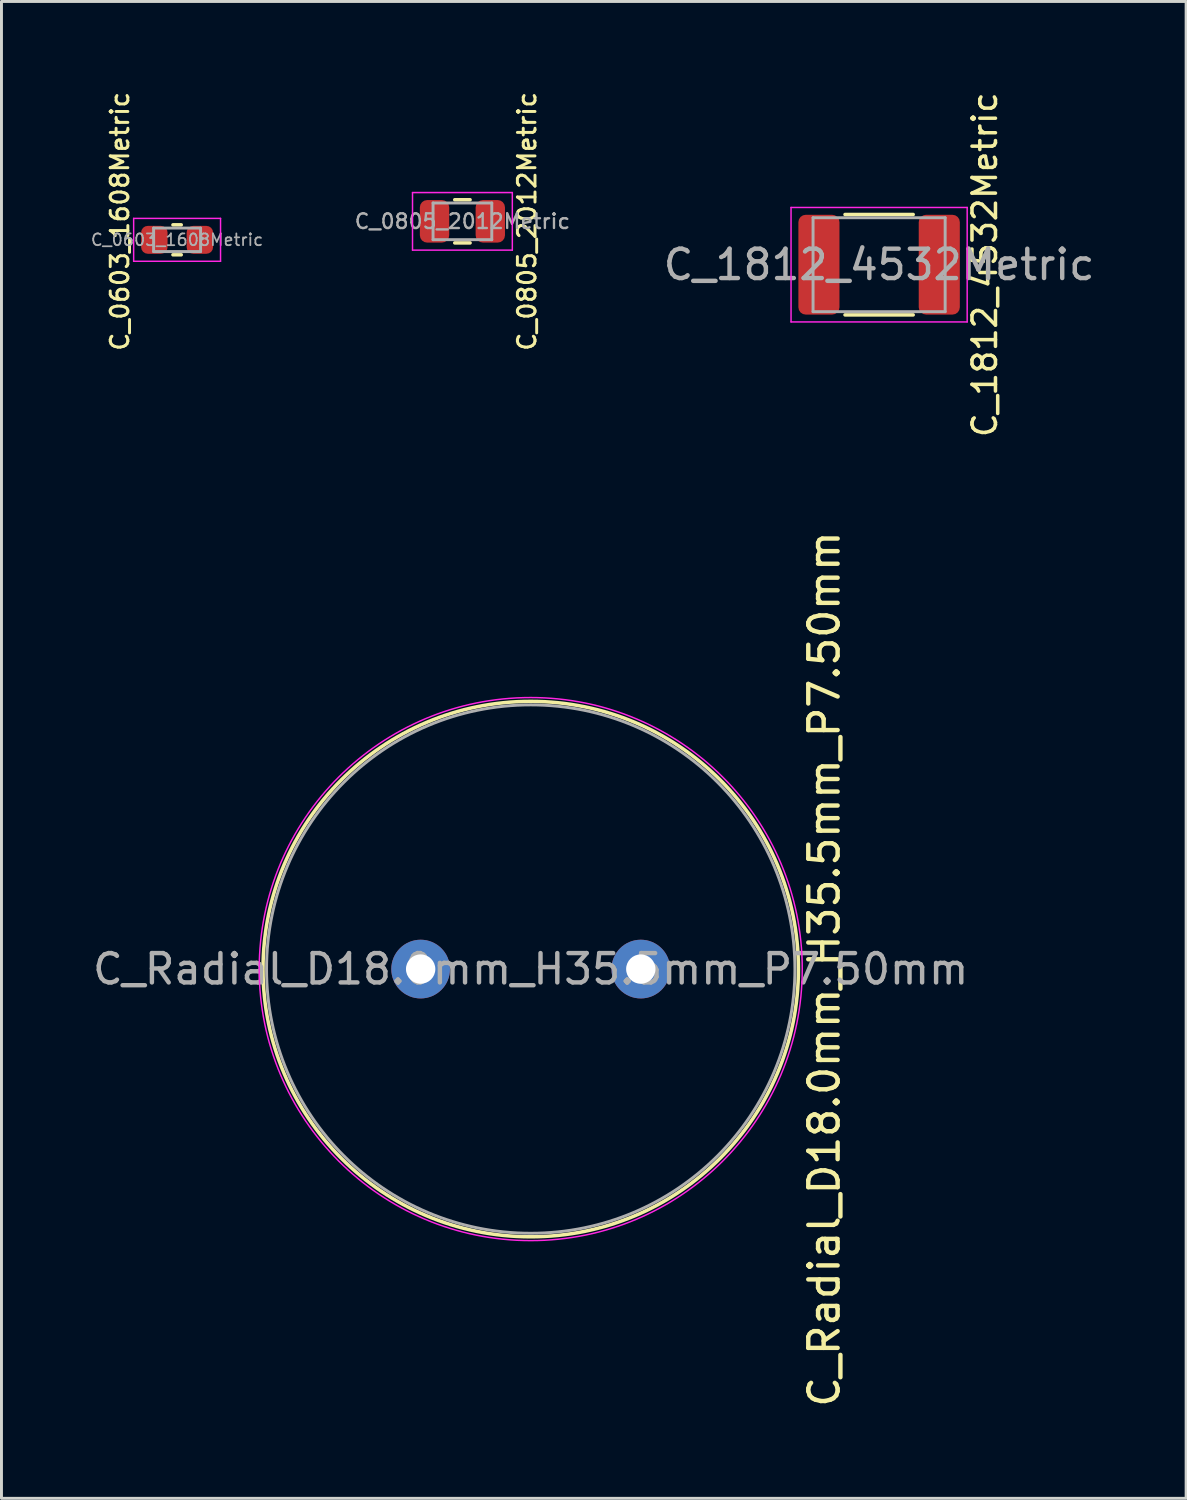
<source format=kicad_pcb>
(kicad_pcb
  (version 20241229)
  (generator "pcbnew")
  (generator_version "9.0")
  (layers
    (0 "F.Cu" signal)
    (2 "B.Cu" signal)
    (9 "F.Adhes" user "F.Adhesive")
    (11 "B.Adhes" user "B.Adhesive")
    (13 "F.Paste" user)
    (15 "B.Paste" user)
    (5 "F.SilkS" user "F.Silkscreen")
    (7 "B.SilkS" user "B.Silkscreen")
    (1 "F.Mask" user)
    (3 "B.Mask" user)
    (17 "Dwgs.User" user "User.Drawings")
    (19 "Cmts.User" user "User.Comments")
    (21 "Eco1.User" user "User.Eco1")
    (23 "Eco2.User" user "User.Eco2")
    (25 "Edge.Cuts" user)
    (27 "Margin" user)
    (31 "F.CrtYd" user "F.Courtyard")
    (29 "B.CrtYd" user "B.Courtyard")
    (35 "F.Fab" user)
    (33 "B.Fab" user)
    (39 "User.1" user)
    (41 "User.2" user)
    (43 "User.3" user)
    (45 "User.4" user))
  (footprint "C_0805_2012Metric"
    (layer "F.Cu")
    (at 12.703 4.49)
    (property "Reference" "C_0805_2012Metric" (at 2.2 0 270) (layer "F.SilkS") (effects (font (size 0.6 0.6) (thickness 0.1))))
    (attr smd)
    (fp_line (start -0.261 -0.735) (end 0.261 -0.735) (stroke (width 0.12) (type solid)) (layer "F.SilkS"))
    (fp_line (start -0.261 0.735) (end 0.261 0.735) (stroke (width 0.12) (type solid)) (layer "F.SilkS"))
    (fp_line (start -1.7 -0.98) (end 1.7 -0.98) (stroke (width 0.05) (type solid)) (layer "F.CrtYd"))
    (fp_line (start -1.7 0.98) (end -1.7 -0.98) (stroke (width 0.05) (type solid)) (layer "F.CrtYd"))
    (fp_line (start 1.7 -0.98) (end 1.7 0.98) (stroke (width 0.05) (type solid)) (layer "F.CrtYd"))
    (fp_line (start 1.7 0.98) (end -1.7 0.98) (stroke (width 0.05) (type solid)) (layer "F.CrtYd"))
    (fp_line (start -1 -0.625) (end 1 -0.625) (stroke (width 0.1) (type solid)) (layer "F.Fab"))
    (fp_line (start -1 0.625) (end -1 -0.625) (stroke (width 0.1) (type solid)) (layer "F.Fab"))
    (fp_line (start 1 -0.625) (end 1 0.625) (stroke (width 0.1) (type solid)) (layer "F.Fab"))
    (fp_line (start 1 0.625) (end -1 0.625) (stroke (width 0.1) (type solid)) (layer "F.Fab"))
    (fp_text user "${REFERENCE}" (at 0 0 0) (layer "F.Fab") (effects (font (size 0.5 0.5) (thickness 0.08))))
    (pad "1" smd roundrect (at -0.95 0) (size 1 1.45) (layers "F.Cu" "F.Mask" "F.Paste") (roundrect_rratio 0.25))
    (pad "2" smd roundrect (at 0.95 0) (size 1 1.45) (layers "F.Cu" "F.Mask" "F.Paste") (roundrect_rratio 0.25)))
  (footprint "C_1812_4532Metric"
    (layer "F.Cu")
    (at 26.898 5.967)
    (property "Reference" "C_1812_4532Metric" (at 3.6 0 270) (layer "F.SilkS") (effects (font (size 0.8 0.8) (thickness 0.12))))
    (attr smd)
    (fp_line (start -1.161 -1.71) (end 1.161 -1.71) (stroke (width 0.12) (type solid)) (layer "F.SilkS"))
    (fp_line (start -1.161 1.71) (end 1.161 1.71) (stroke (width 0.12) (type solid)) (layer "F.SilkS"))
    (fp_line (start -3 -1.95) (end 3 -1.95) (stroke (width 0.05) (type solid)) (layer "F.CrtYd"))
    (fp_line (start -3 1.95) (end -3 -1.95) (stroke (width 0.05) (type solid)) (layer "F.CrtYd"))
    (fp_line (start 3 -1.95) (end 3 1.95) (stroke (width 0.05) (type solid)) (layer "F.CrtYd"))
    (fp_line (start 3 1.95) (end -3 1.95) (stroke (width 0.05) (type solid)) (layer "F.CrtYd"))
    (fp_line (start -2.25 -1.6) (end 2.25 -1.6) (stroke (width 0.1) (type solid)) (layer "F.Fab"))
    (fp_line (start -2.25 1.6) (end -2.25 -1.6) (stroke (width 0.1) (type solid)) (layer "F.Fab"))
    (fp_line (start 2.25 -1.6) (end 2.25 1.6) (stroke (width 0.1) (type solid)) (layer "F.Fab"))
    (fp_line (start 2.25 1.6) (end -2.25 1.6) (stroke (width 0.1) (type solid)) (layer "F.Fab"))
    (fp_text user "${REFERENCE}" (at 0 0 180) (layer "F.Fab") (effects (font (size 1 1) (thickness 0.15))))
    (pad "1" smd roundrect (at -2.05 0) (size 1.4 3.4) (layers "F.Cu" "F.Mask" "F.Paste") (roundrect_rratio 0.179))
    (pad "2" smd roundrect (at 2.05 0) (size 1.4 3.4) (layers "F.Cu" "F.Mask" "F.Paste") (roundrect_rratio 0.179)))
  (footprint "C_0603_1608Metric"
    (layer "F.Cu")
    (at 2.983 5.12)
    (property "Reference" "C_0603_1608Metric" (at -1.95 -0.63 270) (layer "F.SilkS") (effects (font (size 0.6 0.6) (thickness 0.1))))
    (attr smd)
    (fp_line (start -0.141 -0.51) (end 0.141 -0.51) (stroke (width 0.12) (type solid)) (layer "F.SilkS"))
    (fp_line (start -0.141 0.51) (end 0.141 0.51) (stroke (width 0.12) (type solid)) (layer "F.SilkS"))
    (fp_line (start -1.48 -0.73) (end 1.48 -0.73) (stroke (width 0.05) (type solid)) (layer "F.CrtYd"))
    (fp_line (start -1.48 0.73) (end -1.48 -0.73) (stroke (width 0.05) (type solid)) (layer "F.CrtYd"))
    (fp_line (start 1.48 -0.73) (end 1.48 0.73) (stroke (width 0.05) (type solid)) (layer "F.CrtYd"))
    (fp_line (start 1.48 0.73) (end -1.48 0.73) (stroke (width 0.05) (type solid)) (layer "F.CrtYd"))
    (fp_line (start -0.8 -0.4) (end 0.8 -0.4) (stroke (width 0.1) (type solid)) (layer "F.Fab"))
    (fp_line (start -0.8 0.4) (end -0.8 -0.4) (stroke (width 0.1) (type solid)) (layer "F.Fab"))
    (fp_line (start 0.8 -0.4) (end 0.8 0.4) (stroke (width 0.1) (type solid)) (layer "F.Fab"))
    (fp_line (start 0.8 0.4) (end -0.8 0.4) (stroke (width 0.1) (type solid)) (layer "F.Fab"))
    (fp_text user "${REFERENCE}" (at 0 0 0) (layer "F.Fab") (effects (font (size 0.4 0.4) (thickness 0.06))))
    (pad "1" smd roundrect (at -0.775 0) (size 0.9 0.95) (layers "F.Cu" "F.Mask" "F.Paste") (roundrect_rratio 0.25))
    (pad "2" smd roundrect (at 0.775 0) (size 0.9 0.95) (layers "F.Cu" "F.Mask" "F.Paste") (roundrect_rratio 0.25)))
  (footprint "C_Radial_D18.0mm_H35.5mm_P7.50mm"
    (layer "F.Cu")
    (at 11.28 29.963)
    (property "Reference" "C_Radial_D18.0mm_H35.5mm_P7.50mm" (at 13.75 0 270) (layer "F.SilkS") (effects (font (size 1 1) (thickness 0.15))))
    (attr through_hole)
    (fp_circle (center 3.75 0) (end 12.87 0) (stroke (width 0.12) (type solid)) (fill no) (layer "F.SilkS"))
    (fp_circle (center 3.75 0) (end 13 0) (stroke (width 0.05) (type solid)) (fill no) (layer "F.CrtYd"))
    (fp_circle (center 3.75 0) (end 12.75 0) (stroke (width 0.1) (type solid)) (fill no) (layer "F.Fab"))
    (fp_text user "${REFERENCE}" (at 3.75 0 180) (layer "F.Fab") (effects (font (size 1 1) (thickness 0.15))))
    (pad "1" thru_hole circle (at 0 0) (size 2 2) (drill 1) (layers "*.Cu" "*.Mask"))
    (pad "2" thru_hole circle (at 7.5 0) (size 2 2) (drill 1) (layers "*.Cu" "*.Mask")))
  (gr_rect
    (start -3 -3)
    (end 37.357 47.993)
    (stroke (width 0.1) (type default))
    (fill no)
    (layer "Edge.Cuts")))
</source>
